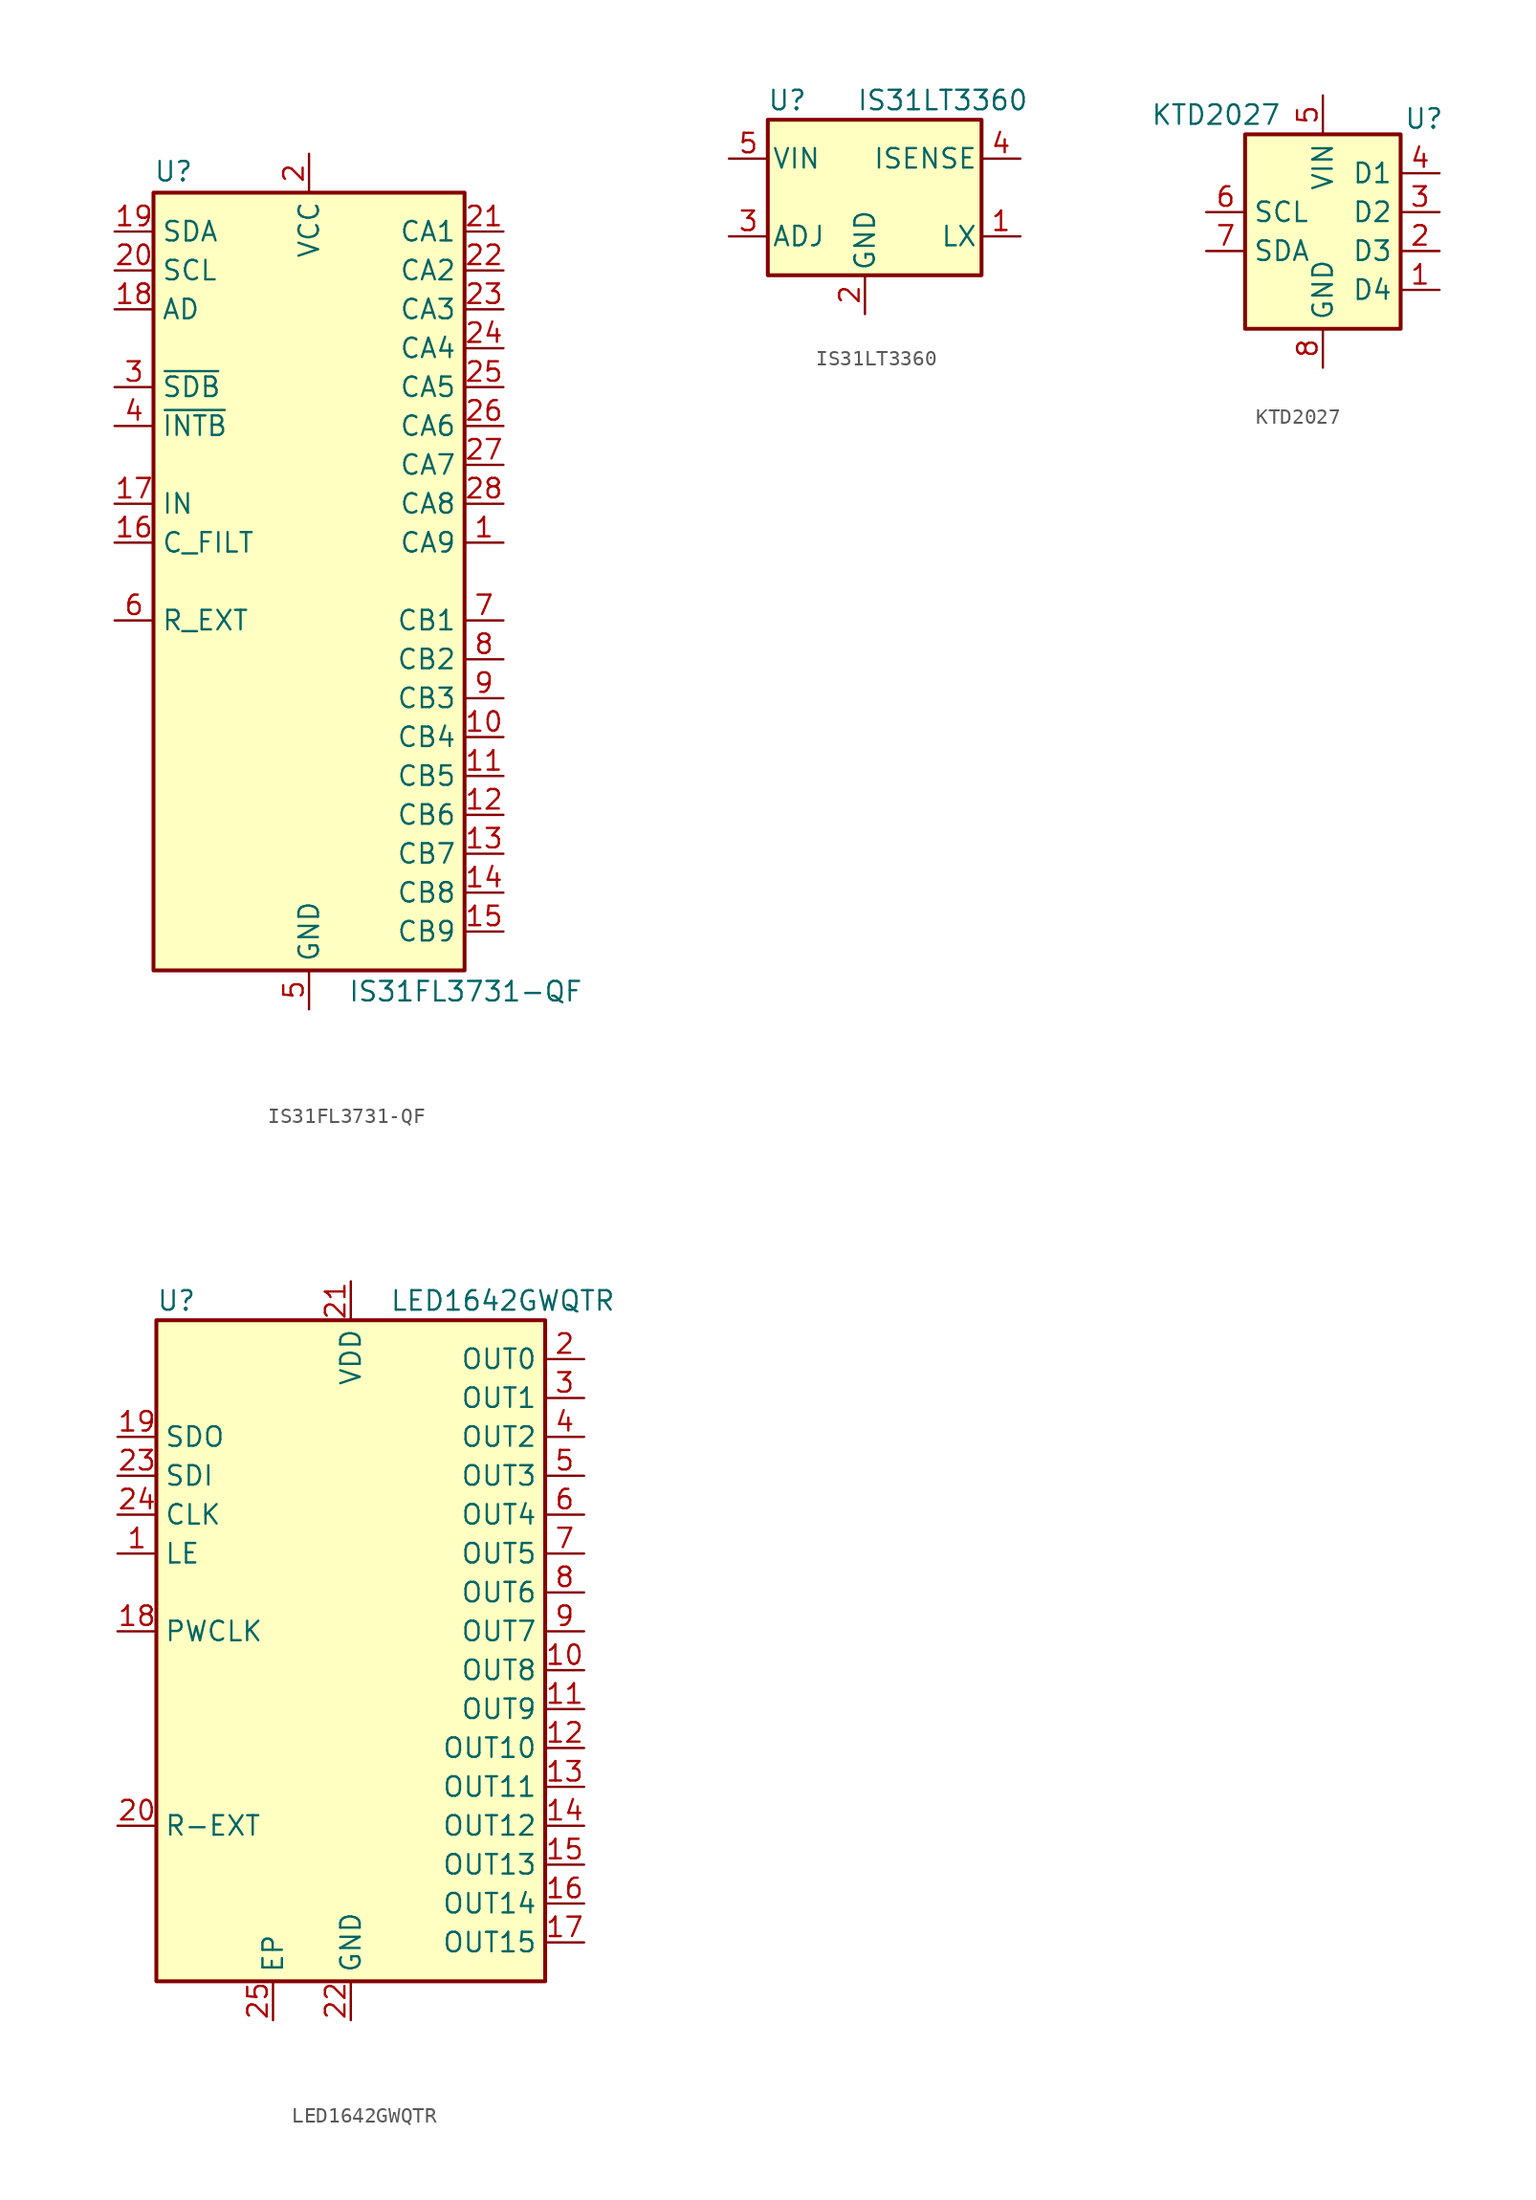
<source format=kicad_sym>
(kicad_symbol_lib
  (version 20231120)
  (generator "kicad_symbol_editor")
  (generator_version "8.0")
  (symbol "IS31FL3731-QF"
    (property "Reference" "U"
      (at -10.16 26.035 0)
      (effects (font (size 1.27 1.27)) (justify left bottom)))
    (property "Value" "IS31FL3731-QF"
      (at 2.54 -26.035 0)
      (effects (font (size 1.27 1.27)) (justify left top)))
    (symbol "IS31FL3731-QF_0_1"
      (rectangle (start -10.16 25.4) (end 10.16 -25.4) (stroke (width 0.254) (type default)) (fill (type background))))
    (symbol "IS31FL3731-QF_1_1"
      (pin bidirectional line (at 12.7 2.54 180) (length 2.54) (name "CA9" (effects (font (size 1.27 1.27)))) (number "1" (effects (font (size 1.27 1.27)))))
      (pin bidirectional line (at 12.7 -10.16 180) (length 2.54) (name "CB4" (effects (font (size 1.27 1.27)))) (number "10" (effects (font (size 1.27 1.27)))))
      (pin bidirectional line (at 12.7 -12.7 180) (length 2.54) (name "CB5" (effects (font (size 1.27 1.27)))) (number "11" (effects (font (size 1.27 1.27)))))
      (pin bidirectional line (at 12.7 -15.24 180) (length 2.54) (name "CB6" (effects (font (size 1.27 1.27)))) (number "12" (effects (font (size 1.27 1.27)))))
      (pin bidirectional line (at 12.7 -17.78 180) (length 2.54) (name "CB7" (effects (font (size 1.27 1.27)))) (number "13" (effects (font (size 1.27 1.27)))))
      (pin bidirectional line (at 12.7 -20.32 180) (length 2.54) (name "CB8" (effects (font (size 1.27 1.27)))) (number "14" (effects (font (size 1.27 1.27)))))
      (pin bidirectional line (at 12.7 -22.86 180) (length 2.54) (name "CB9" (effects (font (size 1.27 1.27)))) (number "15" (effects (font (size 1.27 1.27)))))
      (pin passive line (at -12.7 2.54 0) (length 2.54) (name "C_FILT" (effects (font (size 1.27 1.27)))) (number "16" (effects (font (size 1.27 1.27)))))
      (pin input line (at -12.7 5.08 0) (length 2.54) (name "IN" (effects (font (size 1.27 1.27)))) (number "17" (effects (font (size 1.27 1.27)))))
      (pin input line (at -12.7 17.78 0) (length 2.54) (name "AD" (effects (font (size 1.27 1.27)))) (number "18" (effects (font (size 1.27 1.27)))))
      (pin bidirectional line (at -12.7 22.86 0) (length 2.54) (name "SDA" (effects (font (size 1.27 1.27)))) (number "19" (effects (font (size 1.27 1.27)))))
      (pin power_in line (at 0 27.94 270) (length 2.54) (name "VCC" (effects (font (size 1.27 1.27)))) (number "2" (effects (font (size 1.27 1.27)))))
      (pin input line (at -12.7 20.32 0) (length 2.54) (name "SCL" (effects (font (size 1.27 1.27)))) (number "20" (effects (font (size 1.27 1.27)))))
      (pin bidirectional line (at 12.7 22.86 180) (length 2.54) (name "CA1" (effects (font (size 1.27 1.27)))) (number "21" (effects (font (size 1.27 1.27)))))
      (pin bidirectional line (at 12.7 20.32 180) (length 2.54) (name "CA2" (effects (font (size 1.27 1.27)))) (number "22" (effects (font (size 1.27 1.27)))))
      (pin bidirectional line (at 12.7 17.78 180) (length 2.54) (name "CA3" (effects (font (size 1.27 1.27)))) (number "23" (effects (font (size 1.27 1.27)))))
      (pin bidirectional line (at 12.7 15.24 180) (length 2.54) (name "CA4" (effects (font (size 1.27 1.27)))) (number "24" (effects (font (size 1.27 1.27)))))
      (pin bidirectional line (at 12.7 12.7 180) (length 2.54) (name "CA5" (effects (font (size 1.27 1.27)))) (number "25" (effects (font (size 1.27 1.27)))))
      (pin bidirectional line (at 12.7 10.16 180) (length 2.54) (name "CA6" (effects (font (size 1.27 1.27)))) (number "26" (effects (font (size 1.27 1.27)))))
      (pin bidirectional line (at 12.7 7.62 180) (length 2.54) (name "CA7" (effects (font (size 1.27 1.27)))) (number "27" (effects (font (size 1.27 1.27)))))
      (pin bidirectional line (at 12.7 5.08 180) (length 2.54) (name "CA8" (effects (font (size 1.27 1.27)))) (number "28" (effects (font (size 1.27 1.27)))))
      (pin passive line (at 0 -27.94 90) (length 2.54) hide (name "GND" (effects (font (size 1.27 1.27)))) (number "29" (effects (font (size 1.27 1.27)))))
      (pin input line (at -12.7 12.7 0) (length 2.54) (name "~{SDB}" (effects (font (size 1.27 1.27)))) (number "3" (effects (font (size 1.27 1.27)))))
      (pin open_collector line (at -12.7 10.16 0) (length 2.54) (name "~{INTB}" (effects (font (size 1.27 1.27)))) (number "4" (effects (font (size 1.27 1.27)))))
      (pin power_in line (at 0 -27.94 90) (length 2.54) (name "GND" (effects (font (size 1.27 1.27)))) (number "5" (effects (font (size 1.27 1.27)))))
      (pin passive line (at -12.7 -2.54 0) (length 2.54) (name "R_EXT" (effects (font (size 1.27 1.27)))) (number "6" (effects (font (size 1.27 1.27)))))
      (pin bidirectional line (at 12.7 -2.54 180) (length 2.54) (name "CB1" (effects (font (size 1.27 1.27)))) (number "7" (effects (font (size 1.27 1.27)))))
      (pin bidirectional line (at 12.7 -5.08 180) (length 2.54) (name "CB2" (effects (font (size 1.27 1.27)))) (number "8" (effects (font (size 1.27 1.27)))))
      (pin bidirectional line (at 12.7 -7.62 180) (length 2.54) (name "CB3" (effects (font (size 1.27 1.27)))) (number "9" (effects (font (size 1.27 1.27)))))))
  (symbol "IS31LT3360"
    (pin_names
      (offset 0.254))
    (property "Reference" "U"
      (at -5.08 8.89 0)
      (effects (font (size 1.27 1.27))))
    (property "Value" "IS31LT3360"
      (at 5.08 8.89 0)
      (effects (font (size 1.27 1.27))))
    (symbol "IS31LT3360_0_1"
      (rectangle (start -6.35 7.62) (end 7.62 -2.54) (stroke (width 0.254) (type default)) (fill (type background))))
    (symbol "IS31LT3360_1_1"
      (pin open_collector line (at 10.16 0 180) (length 2.54) (name "LX" (effects (font (size 1.27 1.27)))) (number "1" (effects (font (size 1.27 1.27)))))
      (pin power_in line (at 0 -5.08 90) (length 2.54) (name "GND" (effects (font (size 1.27 1.27)))) (number "2" (effects (font (size 1.27 1.27)))))
      (pin input line (at -8.89 0 0) (length 2.54) (name "ADJ" (effects (font (size 1.27 1.27)))) (number "3" (effects (font (size 1.27 1.27)))))
      (pin input line (at 10.16 5.08 180) (length 2.54) (name "ISENSE" (effects (font (size 1.27 1.27)))) (number "4" (effects (font (size 1.27 1.27)))))
      (pin power_in line (at -8.89 5.08 0) (length 2.54) (name "VIN" (effects (font (size 1.27 1.27)))) (number "5" (effects (font (size 1.27 1.27)))))))
  (symbol "KTD2027"
    (property "Reference" "U"
      (at 6.604 8.636 0)
      (effects (font (size 1.27 1.27))))
    (property "Value" "KTD2027"
      (at -6.985 8.89 0)
      (effects (font (size 1.27 1.27))))
    (symbol "KTD2027_1_1"
      (rectangle (start -5.08 7.62) (end 5.08 -5.08) (stroke (width 0.254) (type default)) (fill (type background)))
      (pin output line (at 7.62 -2.54 180) (length 2.54) (name "D4" (effects (font (size 1.27 1.27)))) (number "1" (effects (font (size 1.27 1.27)))))
      (pin output line (at 7.62 0 180) (length 2.54) (name "D3" (effects (font (size 1.27 1.27)))) (number "2" (effects (font (size 1.27 1.27)))))
      (pin output line (at 7.62 2.54 180) (length 2.54) (name "D2" (effects (font (size 1.27 1.27)))) (number "3" (effects (font (size 1.27 1.27)))))
      (pin output line (at 7.62 5.08 180) (length 2.54) (name "D1" (effects (font (size 1.27 1.27)))) (number "4" (effects (font (size 1.27 1.27)))))
      (pin power_in line (at 0 10.16 270) (length 2.54) (name "VIN" (effects (font (size 1.27 1.27)))) (number "5" (effects (font (size 1.27 1.27)))))
      (pin bidirectional line (at -7.62 2.54 0) (length 2.54) (name "SCL" (effects (font (size 1.27 1.27)))) (number "6" (effects (font (size 1.27 1.27)))))
      (pin bidirectional line (at -7.62 0 0) (length 2.54) (name "SDA" (effects (font (size 1.27 1.27)))) (number "7" (effects (font (size 1.27 1.27)))))
      (pin power_in line (at 0 -7.62 90) (length 2.54) (name "GND" (effects (font (size 1.27 1.27)))) (number "8" (effects (font (size 1.27 1.27)))))
      (pin passive line (at 0 -7.62 90) (length 2.54) hide (name "GND" (effects (font (size 1.27 1.27)))) (number "9" (effects (font (size 1.27 1.27)))))))
  (symbol "LED1642GWQTR"
    (property "Reference" "U"
      (at -12.7 21.59 0)
      (effects (font (size 1.27 1.27)) (justify left)))
    (property "Value" "LED1642GWQTR"
      (at 2.54 21.59 0)
      (effects (font (size 1.27 1.27)) (justify left)))
    (symbol "LED1642GWQTR_0_1"
      (rectangle (start -12.7 20.32) (end 12.7 -22.86) (stroke (width 0.254) (type default)) (fill (type background))))
    (symbol "LED1642GWQTR_1_1"
      (pin input line (at -15.24 5.08 0) (length 2.54) (name "LE" (effects (font (size 1.27 1.27)))) (number "1" (effects (font (size 1.27 1.27)))))
      (pin output line (at 15.24 -2.54 180) (length 2.54) (name "OUT8" (effects (font (size 1.27 1.27)))) (number "10" (effects (font (size 1.27 1.27)))))
      (pin output line (at 15.24 -5.08 180) (length 2.54) (name "OUT9" (effects (font (size 1.27 1.27)))) (number "11" (effects (font (size 1.27 1.27)))))
      (pin output line (at 15.24 -7.62 180) (length 2.54) (name "OUT10" (effects (font (size 1.27 1.27)))) (number "12" (effects (font (size 1.27 1.27)))))
      (pin output line (at 15.24 -10.16 180) (length 2.54) (name "OUT11" (effects (font (size 1.27 1.27)))) (number "13" (effects (font (size 1.27 1.27)))))
      (pin output line (at 15.24 -12.7 180) (length 2.54) (name "OUT12" (effects (font (size 1.27 1.27)))) (number "14" (effects (font (size 1.27 1.27)))))
      (pin output line (at 15.24 -15.24 180) (length 2.54) (name "OUT13" (effects (font (size 1.27 1.27)))) (number "15" (effects (font (size 1.27 1.27)))))
      (pin output line (at 15.24 -17.78 180) (length 2.54) (name "OUT14" (effects (font (size 1.27 1.27)))) (number "16" (effects (font (size 1.27 1.27)))))
      (pin output line (at 15.24 -20.32 180) (length 2.54) (name "OUT15" (effects (font (size 1.27 1.27)))) (number "17" (effects (font (size 1.27 1.27)))))
      (pin input line (at -15.24 0 0) (length 2.54) (name "PWCLK" (effects (font (size 1.27 1.27)))) (number "18" (effects (font (size 1.27 1.27)))))
      (pin output line (at -15.24 12.7 0) (length 2.54) (name "SDO" (effects (font (size 1.27 1.27)))) (number "19" (effects (font (size 1.27 1.27)))))
      (pin output line (at 15.24 17.78 180) (length 2.54) (name "OUT0" (effects (font (size 1.27 1.27)))) (number "2" (effects (font (size 1.27 1.27)))))
      (pin passive line (at -15.24 -12.7 0) (length 2.54) (name "R-EXT" (effects (font (size 1.27 1.27)))) (number "20" (effects (font (size 1.27 1.27)))))
      (pin power_in line (at 0 22.86 270) (length 2.54) (name "VDD" (effects (font (size 1.27 1.27)))) (number "21" (effects (font (size 1.27 1.27)))))
      (pin power_in line (at 0 -25.4 90) (length 2.54) (name "GND" (effects (font (size 1.27 1.27)))) (number "22" (effects (font (size 1.27 1.27)))))
      (pin input line (at -15.24 10.16 0) (length 2.54) (name "SDI" (effects (font (size 1.27 1.27)))) (number "23" (effects (font (size 1.27 1.27)))))
      (pin input line (at -15.24 7.62 0) (length 2.54) (name "CLK" (effects (font (size 1.27 1.27)))) (number "24" (effects (font (size 1.27 1.27)))))
      (pin passive line (at -5.08 -25.4 90) (length 2.54) (name "EP" (effects (font (size 1.27 1.27)))) (number "25" (effects (font (size 1.27 1.27)))))
      (pin output line (at 15.24 15.24 180) (length 2.54) (name "OUT1" (effects (font (size 1.27 1.27)))) (number "3" (effects (font (size 1.27 1.27)))))
      (pin output line (at 15.24 12.7 180) (length 2.54) (name "OUT2" (effects (font (size 1.27 1.27)))) (number "4" (effects (font (size 1.27 1.27)))))
      (pin output line (at 15.24 10.16 180) (length 2.54) (name "OUT3" (effects (font (size 1.27 1.27)))) (number "5" (effects (font (size 1.27 1.27)))))
      (pin output line (at 15.24 7.62 180) (length 2.54) (name "OUT4" (effects (font (size 1.27 1.27)))) (number "6" (effects (font (size 1.27 1.27)))))
      (pin output line (at 15.24 5.08 180) (length 2.54) (name "OUT5" (effects (font (size 1.27 1.27)))) (number "7" (effects (font (size 1.27 1.27)))))
      (pin output line (at 15.24 2.54 180) (length 2.54) (name "OUT6" (effects (font (size 1.27 1.27)))) (number "8" (effects (font (size 1.27 1.27)))))
      (pin output line (at 15.24 0 180) (length 2.54) (name "OUT7" (effects (font (size 1.27 1.27)))) (number "9" (effects (font (size 1.27 1.27))))))))
</source>
